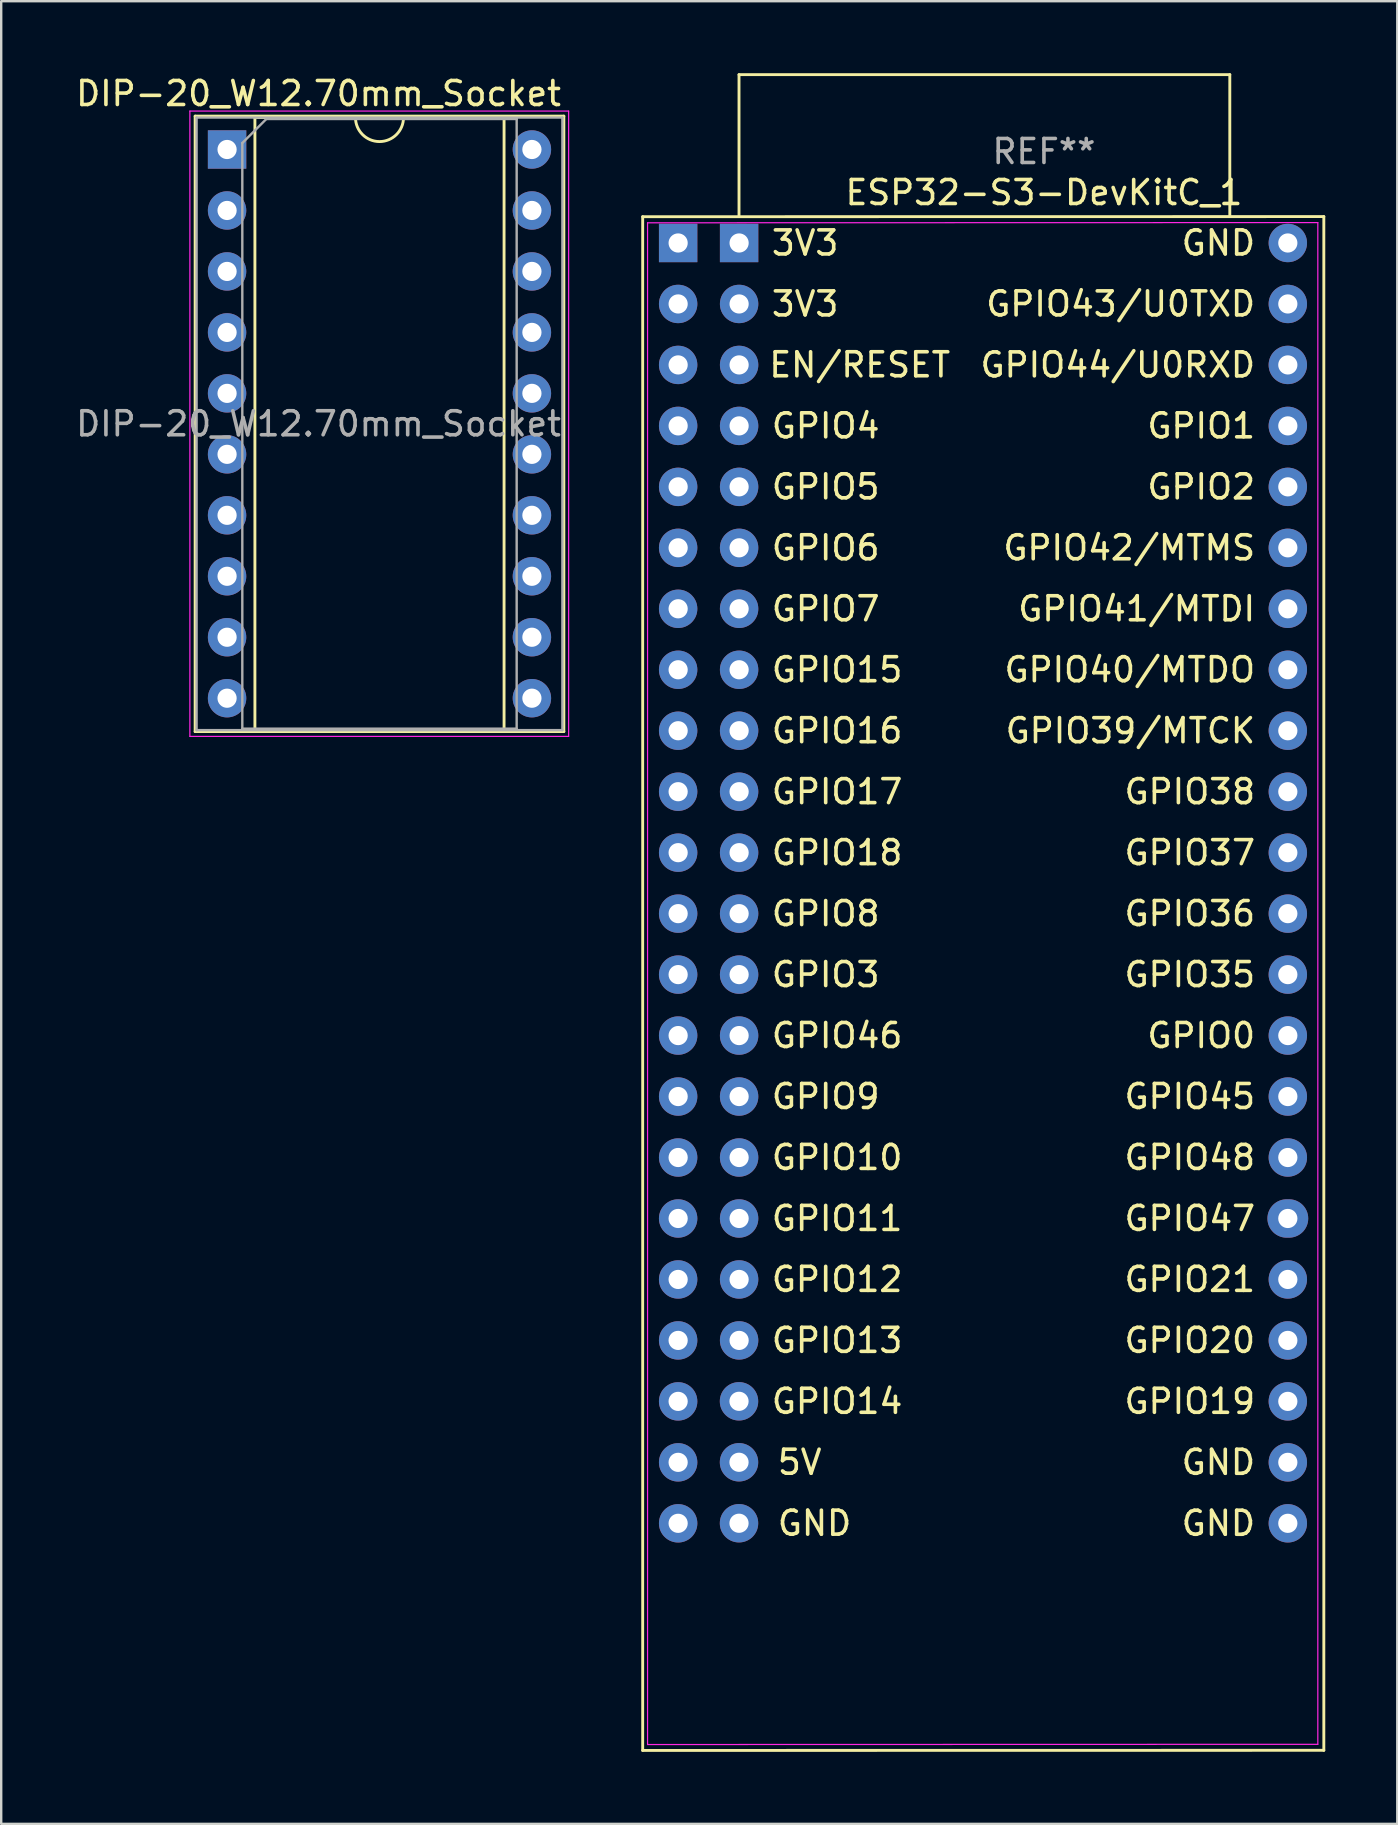
<source format=kicad_pcb>
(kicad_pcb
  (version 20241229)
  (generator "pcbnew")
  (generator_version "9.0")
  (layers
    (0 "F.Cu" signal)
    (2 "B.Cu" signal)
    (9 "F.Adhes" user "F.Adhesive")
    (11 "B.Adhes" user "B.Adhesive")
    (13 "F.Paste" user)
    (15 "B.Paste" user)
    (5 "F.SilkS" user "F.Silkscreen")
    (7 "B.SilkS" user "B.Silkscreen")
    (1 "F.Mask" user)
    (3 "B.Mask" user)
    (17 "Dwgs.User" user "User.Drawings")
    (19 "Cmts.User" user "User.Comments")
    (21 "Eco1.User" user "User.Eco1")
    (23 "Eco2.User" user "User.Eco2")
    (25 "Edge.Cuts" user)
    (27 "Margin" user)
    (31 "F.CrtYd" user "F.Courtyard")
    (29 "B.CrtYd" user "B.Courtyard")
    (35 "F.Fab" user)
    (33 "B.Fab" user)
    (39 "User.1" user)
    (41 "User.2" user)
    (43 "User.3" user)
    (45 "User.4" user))
  (footprint "ESP32-S3-DevKitC_1"
    (layer "F.Cu")
    (at 37.902 40.093)
    (property "Reference" "ESP32-S3-DevKitC_1" (at 2.54 -35.12 0) (layer "F.SilkS") (effects (font (size 1 1) (thickness 0.15))))
    (attr through_hole)
    (fp_line (start -14.177 29.782) (end 14.2 29.777) (stroke (width 0.12) (type solid)) (layer "F.SilkS"))
    (fp_line (start -14.177 -34.115) (end -14.177 29.782) (stroke (width 0.12) (type solid)) (layer "F.SilkS"))
    (fp_line (start -10.164 -40.033) (end 10.283 -40.033) (stroke (width 0.12) (type solid)) (layer "F.SilkS"))
    (fp_line (start -10.164 -34.14) (end -10.164 -40.033) (stroke (width 0.12) (type solid)) (layer "F.SilkS"))
    (fp_line (start 10.283 -40.033) (end 10.283 -34.14) (stroke (width 0.12) (type solid)) (layer "F.SilkS"))
    (fp_line (start 14.2 29.777) (end 14.2 -34.12) (stroke (width 0.12) (type solid)) (layer "F.SilkS"))
    (fp_line (start 14.2 -34.12) (end -14.177 -34.115) (stroke (width 0.12) (type solid)) (layer "F.SilkS"))
    (fp_line (start -13.974 -33.861) (end 13.95 -33.87) (stroke (width 0.05) (type solid)) (layer "F.CrtYd"))
    (fp_line (start -13.974 29.536) (end -13.974 -33.861) (stroke (width 0.05) (type solid)) (layer "F.CrtYd"))
    (fp_line (start 13.95 -33.87) (end 13.95 29.527) (stroke (width 0.05) (type solid)) (layer "F.CrtYd"))
    (fp_line (start 13.95 29.527) (end -13.974 29.536) (stroke (width 0.05) (type solid)) (layer "F.CrtYd"))
    (fp_text user "GPIO12" (at -8.89 10.16 0) (unlocked yes) (layer "F.SilkS") (effects (font (size 1 1) (thickness 0.15)) (justify left)))
    (fp_text user "GPIO36" (at 11.43 -5.08 0) (unlocked yes) (layer "F.SilkS") (effects (font (size 1 1) (thickness 0.15)) (justify right)))
    (fp_text user "GPIO44/U0RXD" (at 11.43 -27.94 0) (unlocked yes) (layer "F.SilkS") (effects (font (size 1 1) (thickness 0.15)) (justify right)))
    (fp_text user "3V3" (at -8.89 -33.02 0) (unlocked yes) (layer "F.SilkS") (effects (font (size 1 1) (thickness 0.15)) (justify left)))
    (fp_text user "GND" (at 11.43 17.78 0) (unlocked yes) (layer "F.SilkS") (effects (font (size 1 1) (thickness 0.15)) (justify right)))
    (fp_text user "GPIO37" (at 11.43 -7.62 0) (unlocked yes) (layer "F.SilkS") (effects (font (size 1 1) (thickness 0.15)) (justify right)))
    (fp_text user "GPIO46" (at -8.89 0 0) (unlocked yes) (layer "F.SilkS") (effects (font (size 1 1) (thickness 0.15)) (justify left)))
    (fp_text user "GPIO20" (at 11.43 12.7 0) (unlocked yes) (layer "F.SilkS") (effects (font (size 1 1) (thickness 0.15)) (justify right)))
    (fp_text user "GND" (at 11.43 -33.02 0) (unlocked yes) (layer "F.SilkS") (effects (font (size 1 1) (thickness 0.15)) (justify right)))
    (fp_text user "GND" (at -8.64 20.317 0) (unlocked yes) (layer "F.SilkS") (effects (font (size 1 1) (thickness 0.15)) (justify left)))
    (fp_text user "GPIO5" (at -8.89 -22.86 0) (unlocked yes) (layer "F.SilkS") (effects (font (size 1 1) (thickness 0.15)) (justify left)))
    (fp_text user "3V3" (at -8.89 -30.48 0) (unlocked yes) (layer "F.SilkS") (effects (font (size 1 1) (thickness 0.15)) (justify left)))
    (fp_text user "GPIO17" (at -8.89 -10.16 0) (unlocked yes) (layer "F.SilkS") (effects (font (size 1 1) (thickness 0.15)) (justify left)))
    (fp_text user "GPIO45" (at 11.43 2.54 0) (unlocked yes) (layer "F.SilkS") (effects (font (size 1 1) (thickness 0.15)) (justify right)))
    (fp_text user "GPIO18" (at -8.89 -7.62 0) (unlocked yes) (layer "F.SilkS") (effects (font (size 1 1) (thickness 0.15)) (justify left)))
    (fp_text user "GPIO4" (at -8.89 -25.4 0) (unlocked yes) (layer "F.SilkS") (effects (font (size 1 1) (thickness 0.15)) (justify left)))
    (fp_text user "GPIO0" (at 11.43 0 0) (unlocked yes) (layer "F.SilkS") (effects (font (size 1 1) (thickness 0.15)) (justify right)))
    (fp_text user "GPIO6" (at -8.89 -20.32 0) (unlocked yes) (layer "F.SilkS") (effects (font (size 1 1) (thickness 0.15)) (justify left)))
    (fp_text user "EN/RESET" (at -1.274 -27.943 0) (unlocked yes) (layer "F.SilkS") (effects (font (size 1 1) (thickness 0.15)) (justify right)))
    (fp_text user "GPIO42/MTMS" (at 11.43 -20.32 0) (unlocked yes) (layer "F.SilkS") (effects (font (size 1 1) (thickness 0.15)) (justify right)))
    (fp_text user "GPIO43/U0TXD" (at 11.43 -30.48 0) (unlocked yes) (layer "F.SilkS") (effects (font (size 1 1) (thickness 0.15)) (justify right)))
    (fp_text user "GPIO11" (at -8.89 7.62 0) (unlocked yes) (layer "F.SilkS") (effects (font (size 1 1) (thickness 0.15)) (justify left)))
    (fp_text user "GPIO16" (at -8.89 -12.7 0) (unlocked yes) (layer "F.SilkS") (effects (font (size 1 1) (thickness 0.15)) (justify left)))
    (fp_text user "GPIO1" (at 11.43 -25.4 0) (unlocked yes) (layer "F.SilkS") (effects (font (size 1 1) (thickness 0.15)) (justify right)))
    (fp_text user "GPIO7" (at -8.89 -17.78 0) (unlocked yes) (layer "F.SilkS") (effects (font (size 1 1) (thickness 0.15)) (justify left)))
    (fp_text user "GPIO9" (at -8.89 2.54 0) (unlocked yes) (layer "F.SilkS") (effects (font (size 1 1) (thickness 0.15)) (justify left)))
    (fp_text user "GPIO14" (at -8.89 15.24 0) (unlocked yes) (layer "F.SilkS") (effects (font (size 1 1) (thickness 0.15)) (justify left)))
    (fp_text user "GPIO15" (at -8.89 -15.24 0) (unlocked yes) (layer "F.SilkS") (effects (font (size 1 1) (thickness 0.15)) (justify left)))
    (fp_text user "GPIO3" (at -8.89 -2.54 0) (unlocked yes) (layer "F.SilkS") (effects (font (size 1 1) (thickness 0.15)) (justify left)))
    (fp_text user "GPIO10" (at -8.89 5.08 0) (unlocked yes) (layer "F.SilkS") (effects (font (size 1 1) (thickness 0.15)) (justify left)))
    (fp_text user "GPIO19" (at 11.43 15.24 0) (unlocked yes) (layer "F.SilkS") (effects (font (size 1 1) (thickness 0.15)) (justify right)))
    (fp_text user "5V" (at -8.64 17.777 0) (unlocked yes) (layer "F.SilkS") (effects (font (size 1 1) (thickness 0.15)) (justify left)))
    (fp_text user "GPIO40/MTDO" (at 11.43 -15.24 0) (unlocked yes) (layer "F.SilkS") (effects (font (size 1 1) (thickness 0.15)) (justify right)))
    (fp_text user "GPIO41/MTDI" (at 11.43 -17.78 0) (unlocked yes) (layer "F.SilkS") (effects (font (size 1 1) (thickness 0.15)) (justify right)))
    (fp_text user "GPIO13" (at -8.89 12.7 0) (unlocked yes) (layer "F.SilkS") (effects (font (size 1 1) (thickness 0.15)) (justify left)))
    (fp_text user "GPIO38" (at 11.43 -10.16 0) (unlocked yes) (layer "F.SilkS") (effects (font (size 1 1) (thickness 0.15)) (justify right)))
    (fp_text user "GPIO48" (at 11.43 5.08 0) (unlocked yes) (layer "F.SilkS") (effects (font (size 1 1) (thickness 0.15)) (justify right)))
    (fp_text user "GPIO21" (at 11.43 10.16 0) (unlocked yes) (layer "F.SilkS") (effects (font (size 1 1) (thickness 0.15)) (justify right)))
    (fp_text user "GPIO2" (at 11.43 -22.86 0) (unlocked yes) (layer "F.SilkS") (effects (font (size 1 1) (thickness 0.15)) (justify right)))
    (fp_text user "GND" (at 11.43 20.32 0) (unlocked yes) (layer "F.SilkS") (effects (font (size 1 1) (thickness 0.15)) (justify right)))
    (fp_text user "GPIO39/MTCK" (at 11.43 -12.7 0) (unlocked yes) (layer "F.SilkS") (effects (font (size 1 1) (thickness 0.15)) (justify right)))
    (fp_text user "GPIO8" (at -8.89 -5.08 0) (unlocked yes) (layer "F.SilkS") (effects (font (size 1 1) (thickness 0.15)) (justify left)))
    (fp_text user "GPIO35" (at 11.43 -2.54 0) (unlocked yes) (layer "F.SilkS") (effects (font (size 1 1) (thickness 0.15)) (justify right)))
    (fp_text user "GPIO47" (at 11.43 7.62 0) (unlocked yes) (layer "F.SilkS") (effects (font (size 1 1) (thickness 0.15)) (justify right)))
    (fp_text user "REF**" (at 2.54 -36.83 0) (layer "F.Fab") (effects (font (size 1 1) (thickness 0.15))))
    (pad "1" thru_hole rect (at -12.7 -33.02 270) (size 1.6 1.6) (drill 0.8) (layers "*.Cu" "*.Mask"))
    (pad "1" thru_hole rect (at -10.16 -33.02 270) (size 1.6 1.6) (drill 0.8) (layers "*.Cu" "*.Mask"))
    (pad "2" thru_hole oval (at -12.7 -30.48 270) (size 1.6 1.6) (drill 0.8) (layers "*.Cu" "*.Mask"))
    (pad "2" thru_hole oval (at -10.16 -30.48 270) (size 1.6 1.6) (drill 0.8) (layers "*.Cu" "*.Mask"))
    (pad "3" thru_hole oval (at -12.7 -27.94 270) (size 1.6 1.6) (drill 0.8) (layers "*.Cu" "*.Mask"))
    (pad "3" thru_hole oval (at -10.16 -27.94 270) (size 1.6 1.6) (drill 0.8) (layers "*.Cu" "*.Mask"))
    (pad "4" thru_hole oval (at -12.7 -25.4 270) (size 1.6 1.6) (drill 0.8) (layers "*.Cu" "*.Mask"))
    (pad "4" thru_hole oval (at -10.16 -25.4 270) (size 1.6 1.6) (drill 0.8) (layers "*.Cu" "*.Mask"))
    (pad "5" thru_hole oval (at -12.7 -22.86 270) (size 1.6 1.6) (drill 0.8) (layers "*.Cu" "*.Mask"))
    (pad "5" thru_hole oval (at -10.16 -22.86 270) (size 1.6 1.6) (drill 0.8) (layers "*.Cu" "*.Mask"))
    (pad "6" thru_hole oval (at -12.7 -20.32 270) (size 1.6 1.6) (drill 0.8) (layers "*.Cu" "*.Mask"))
    (pad "6" thru_hole oval (at -10.16 -20.32 270) (size 1.6 1.6) (drill 0.8) (layers "*.Cu" "*.Mask"))
    (pad "7" thru_hole oval (at -12.7 -17.78 270) (size 1.6 1.6) (drill 0.8) (layers "*.Cu" "*.Mask"))
    (pad "7" thru_hole oval (at -10.16 -17.78 270) (size 1.6 1.6) (drill 0.8) (layers "*.Cu" "*.Mask"))
    (pad "8" thru_hole oval (at -12.7 -15.24 270) (size 1.6 1.6) (drill 0.8) (layers "*.Cu" "*.Mask"))
    (pad "8" thru_hole oval (at -10.16 -15.24 270) (size 1.6 1.6) (drill 0.8) (layers "*.Cu" "*.Mask"))
    (pad "9" thru_hole oval (at -12.7 -12.7 270) (size 1.6 1.6) (drill 0.8) (layers "*.Cu" "*.Mask"))
    (pad "9" thru_hole oval (at -10.16 -12.7 270) (size 1.6 1.6) (drill 0.8) (layers "*.Cu" "*.Mask"))
    (pad "10" thru_hole oval (at -12.7 -10.16 270) (size 1.6 1.6) (drill 0.8) (layers "*.Cu" "*.Mask"))
    (pad "10" thru_hole oval (at -10.16 -10.16 270) (size 1.6 1.6) (drill 0.8) (layers "*.Cu" "*.Mask"))
    (pad "11" thru_hole oval (at -12.7 -7.62 270) (size 1.6 1.6) (drill 0.8) (layers "*.Cu" "*.Mask"))
    (pad "11" thru_hole oval (at -10.16 -7.62 270) (size 1.6 1.6) (drill 0.8) (layers "*.Cu" "*.Mask"))
    (pad "12" thru_hole oval (at -12.7 -5.08 270) (size 1.6 1.6) (drill 0.8) (layers "*.Cu" "*.Mask"))
    (pad "12" thru_hole oval (at -10.16 -5.08 270) (size 1.6 1.6) (drill 0.8) (layers "*.Cu" "*.Mask"))
    (pad "13" thru_hole oval (at -12.7 -2.54 270) (size 1.6 1.6) (drill 0.8) (layers "*.Cu" "*.Mask"))
    (pad "13" thru_hole oval (at -10.16 -2.54 270) (size 1.6 1.6) (drill 0.8) (layers "*.Cu" "*.Mask"))
    (pad "14" thru_hole oval (at -12.7 0 270) (size 1.6 1.6) (drill 0.8) (layers "*.Cu" "*.Mask"))
    (pad "14" thru_hole oval (at -10.16 0 270) (size 1.6 1.6) (drill 0.8) (layers "*.Cu" "*.Mask"))
    (pad "15" thru_hole oval (at -12.7 2.54 270) (size 1.6 1.6) (drill 0.8) (layers "*.Cu" "*.Mask"))
    (pad "15" thru_hole oval (at -10.16 2.54 270) (size 1.6 1.6) (drill 0.8) (layers "*.Cu" "*.Mask"))
    (pad "16" thru_hole oval (at -12.7 5.08 270) (size 1.6 1.6) (drill 0.8) (layers "*.Cu" "*.Mask"))
    (pad "16" thru_hole oval (at -10.16 5.08 270) (size 1.6 1.6) (drill 0.8) (layers "*.Cu" "*.Mask"))
    (pad "17" thru_hole oval (at -12.7 7.62 270) (size 1.6 1.6) (drill 0.8) (layers "*.Cu" "*.Mask"))
    (pad "17" thru_hole oval (at -10.16 7.62 270) (size 1.6 1.6) (drill 0.8) (layers "*.Cu" "*.Mask"))
    (pad "18" thru_hole oval (at -12.7 10.16 270) (size 1.6 1.6) (drill 0.8) (layers "*.Cu" "*.Mask"))
    (pad "18" thru_hole oval (at -10.16 10.16 270) (size 1.6 1.6) (drill 0.8) (layers "*.Cu" "*.Mask"))
    (pad "19" thru_hole oval (at -12.7 12.7 270) (size 1.6 1.6) (drill 0.8) (layers "*.Cu" "*.Mask"))
    (pad "19" thru_hole oval (at -10.16 12.7 270) (size 1.6 1.6) (drill 0.8) (layers "*.Cu" "*.Mask"))
    (pad "20" thru_hole oval (at -12.7 15.24 270) (size 1.6 1.6) (drill 0.8) (layers "*.Cu" "*.Mask"))
    (pad "20" thru_hole oval (at -10.164 15.237 270) (size 1.6 1.6) (drill 0.8) (layers "*.Cu" "*.Mask"))
    (pad "21" thru_hole oval (at -12.7 17.78 270) (size 1.6 1.6) (drill 0.8) (layers "*.Cu" "*.Mask"))
    (pad "21" thru_hole oval (at -10.164 17.777 270) (size 1.6 1.6) (drill 0.8) (layers "*.Cu" "*.Mask"))
    (pad "22" thru_hole oval (at -12.7 20.32 270) (size 1.6 1.6) (drill 0.8) (layers "*.Cu" "*.Mask"))
    (pad "22" thru_hole oval (at -10.164 20.317 270) (size 1.6 1.6) (drill 0.8) (layers "*.Cu" "*.Mask"))
    (pad "23" thru_hole oval (at 12.7 20.32 270) (size 1.6 1.6) (drill 0.8) (layers "*.Cu" "*.Mask"))
    (pad "24" thru_hole oval (at 12.7 17.78 270) (size 1.6 1.6) (drill 0.8) (layers "*.Cu" "*.Mask"))
    (pad "25" thru_hole oval (at 12.7 15.24 270) (size 1.6 1.6) (drill 0.8) (layers "*.Cu" "*.Mask"))
    (pad "26" thru_hole oval (at 12.7 12.7 270) (size 1.6 1.6) (drill 0.8) (layers "*.Cu" "*.Mask"))
    (pad "27" thru_hole oval (at 12.7 10.16 270) (size 1.6 1.6) (drill 0.8) (layers "*.Cu" "*.Mask"))
    (pad "28" thru_hole oval (at 12.7 7.62 270) (size 1.6 1.7) (drill 0.8) (layers "*.Cu" "*.Mask"))
    (pad "29" thru_hole oval (at 12.7 5.08 270) (size 1.6 1.6) (drill 0.8) (layers "*.Cu" "*.Mask"))
    (pad "30" thru_hole oval (at 12.7 2.54 270) (size 1.6 1.6) (drill 0.8) (layers "*.Cu" "*.Mask"))
    (pad "31" thru_hole oval (at 12.7 0 270) (size 1.6 1.6) (drill 0.8) (layers "*.Cu" "*.Mask"))
    (pad "32" thru_hole oval (at 12.7 -2.54 270) (size 1.6 1.6) (drill 0.8) (layers "*.Cu" "*.Mask"))
    (pad "33" thru_hole oval (at 12.7 -5.08 270) (size 1.6 1.6) (drill 0.8) (layers "*.Cu" "*.Mask"))
    (pad "34" thru_hole oval (at 12.7 -7.62 270) (size 1.6 1.6) (drill 0.8) (layers "*.Cu" "*.Mask"))
    (pad "35" thru_hole oval (at 12.7 -10.16 270) (size 1.6 1.6) (drill 0.8) (layers "*.Cu" "*.Mask"))
    (pad "36" thru_hole oval (at 12.7 -12.7 270) (size 1.6 1.6) (drill 0.8) (layers "*.Cu" "*.Mask"))
    (pad "37" thru_hole oval (at 12.7 -15.24 270) (size 1.6 1.6) (drill 0.8) (layers "*.Cu" "*.Mask"))
    (pad "38" thru_hole oval (at 12.7 -17.78 270) (size 1.6 1.6) (drill 0.8) (layers "*.Cu" "*.Mask"))
    (pad "39" thru_hole oval (at 12.7 -20.32 270) (size 1.6 1.6) (drill 0.8) (layers "*.Cu" "*.Mask"))
    (pad "40" thru_hole oval (at 12.7 -22.86 270) (size 1.6 1.6) (drill 0.8) (layers "*.Cu" "*.Mask"))
    (pad "41" thru_hole oval (at 12.7 -25.4 270) (size 1.6 1.6) (drill 0.8) (layers "*.Cu" "*.Mask"))
    (pad "42" thru_hole oval (at 12.7 -27.94 270) (size 1.6 1.6) (drill 0.8) (layers "*.Cu" "*.Mask"))
    (pad "43" thru_hole oval (at 12.7 -30.48 270) (size 1.6 1.6) (drill 0.8) (layers "*.Cu" "*.Mask"))
    (pad "44" thru_hole oval (at 12.7 -33.02 270) (size 1.6 1.6) (drill 0.8) (layers "*.Cu" "*.Mask")))
  (footprint "DIP-20_W12.70mm_Socket"
    (layer "F.Cu")
    (at 6.41 3.178)
    (property "Reference" "DIP-20_W12.70mm_Socket" (at 3.81 -2.33 0) (layer "F.SilkS") (effects (font (size 1 1) (thickness 0.15))))
    (attr through_hole)
    (fp_line (start -1.33 -1.39) (end -1.33 24.25) (stroke (width 0.12) (type solid)) (layer "F.SilkS"))
    (fp_line (start -1.33 24.25) (end 14.03 24.25) (stroke (width 0.12) (type solid)) (layer "F.SilkS"))
    (fp_line (start 1.16 -1.33) (end 1.16 24.19) (stroke (width 0.12) (type solid)) (layer "F.SilkS"))
    (fp_line (start 1.16 24.19) (end 11.54 24.19) (stroke (width 0.12) (type solid)) (layer "F.SilkS"))
    (fp_line (start 2.81 -1.33) (end 1.16 -1.33) (stroke (width 0.12) (type solid)) (layer "F.SilkS"))
    (fp_line (start 7.15 -1.375) (end 5.5 -1.375) (stroke (width 0.12) (type solid)) (layer "F.SilkS"))
    (fp_line (start 11.54 24.19) (end 11.54 -1.33) (stroke (width 0.12) (type solid)) (layer "F.SilkS"))
    (fp_line (start 14.03 -1.39) (end -1.33 -1.39) (stroke (width 0.12) (type solid)) (layer "F.SilkS"))
    (fp_line (start 14.03 24.25) (end 14.03 -1.39) (stroke (width 0.12) (type solid)) (layer "F.SilkS"))
    (fp_arc (start 7.35 -1.33) (mid 6.35 -0.33) (end 5.35 -1.33) (stroke (width 0.12) (type solid)) (layer "F.SilkS"))
    (fp_line (start -1.55 -1.6) (end -1.55 24.45) (stroke (width 0.05) (type solid)) (layer "F.CrtYd"))
    (fp_line (start -1.55 24.45) (end 14.23 24.45) (stroke (width 0.05) (type solid)) (layer "F.CrtYd"))
    (fp_line (start 14.23 -1.6) (end -1.55 -1.6) (stroke (width 0.05) (type solid)) (layer "F.CrtYd"))
    (fp_line (start 14.23 24.45) (end 14.23 -1.6) (stroke (width 0.05) (type solid)) (layer "F.CrtYd"))
    (fp_line (start -1.27 -1.33) (end -1.27 24.19) (stroke (width 0.1) (type solid)) (layer "F.Fab"))
    (fp_line (start -1.27 24.19) (end 13.97 24.19) (stroke (width 0.1) (type solid)) (layer "F.Fab"))
    (fp_line (start 0.635 -0.27) (end 1.635 -1.27) (stroke (width 0.1) (type solid)) (layer "F.Fab"))
    (fp_line (start 0.635 24.13) (end 0.635 -0.27) (stroke (width 0.1) (type solid)) (layer "F.Fab"))
    (fp_line (start 1.635 -1.27) (end 12.065 -1.27) (stroke (width 0.1) (type solid)) (layer "F.Fab"))
    (fp_line (start 12.065 -1.27) (end 12.065 24.13) (stroke (width 0.1) (type solid)) (layer "F.Fab"))
    (fp_line (start 12.065 24.13) (end 0.635 24.13) (stroke (width 0.1) (type solid)) (layer "F.Fab"))
    (fp_line (start 13.97 -1.33) (end -1.27 -1.33) (stroke (width 0.1) (type solid)) (layer "F.Fab"))
    (fp_line (start 13.97 24.19) (end 13.97 -1.33) (stroke (width 0.1) (type solid)) (layer "F.Fab"))
    (fp_text user "${REFERENCE}" (at 3.81 11.43 0) (layer "F.Fab") (effects (font (size 1 1) (thickness 0.15))))
    (pad "1" thru_hole rect (at 0 0) (size 1.6 1.6) (drill 0.8) (layers "*.Cu" "*.Mask"))
    (pad "2" thru_hole oval (at 0 2.54) (size 1.6 1.6) (drill 0.8) (layers "*.Cu" "*.Mask"))
    (pad "3" thru_hole oval (at 0 5.08) (size 1.6 1.6) (drill 0.8) (layers "*.Cu" "*.Mask"))
    (pad "4" thru_hole oval (at 0 7.62) (size 1.6 1.6) (drill 0.8) (layers "*.Cu" "*.Mask"))
    (pad "5" thru_hole oval (at 0 10.16) (size 1.6 1.6) (drill 0.8) (layers "*.Cu" "*.Mask"))
    (pad "6" thru_hole oval (at 0 12.7) (size 1.6 1.6) (drill 0.8) (layers "*.Cu" "*.Mask"))
    (pad "7" thru_hole oval (at 0 15.24) (size 1.6 1.6) (drill 0.8) (layers "*.Cu" "*.Mask"))
    (pad "8" thru_hole oval (at 0 17.78) (size 1.6 1.6) (drill 0.8) (layers "*.Cu" "*.Mask"))
    (pad "9" thru_hole oval (at 0 20.32) (size 1.6 1.6) (drill 0.8) (layers "*.Cu" "*.Mask"))
    (pad "10" thru_hole oval (at 0 22.86) (size 1.6 1.6) (drill 0.8) (layers "*.Cu" "*.Mask"))
    (pad "11" thru_hole oval (at 12.7 22.86) (size 1.6 1.6) (drill 0.8) (layers "*.Cu" "*.Mask"))
    (pad "12" thru_hole oval (at 12.7 20.32) (size 1.6 1.6) (drill 0.8) (layers "*.Cu" "*.Mask"))
    (pad "13" thru_hole oval (at 12.7 17.78) (size 1.6 1.6) (drill 0.8) (layers "*.Cu" "*.Mask"))
    (pad "14" thru_hole oval (at 12.7 15.24) (size 1.6 1.6) (drill 0.8) (layers "*.Cu" "*.Mask"))
    (pad "15" thru_hole oval (at 12.7 12.7) (size 1.6 1.6) (drill 0.8) (layers "*.Cu" "*.Mask"))
    (pad "16" thru_hole oval (at 12.7 10.16) (size 1.6 1.6) (drill 0.8) (layers "*.Cu" "*.Mask"))
    (pad "17" thru_hole oval (at 12.7 7.62) (size 1.6 1.6) (drill 0.8) (layers "*.Cu" "*.Mask"))
    (pad "18" thru_hole oval (at 12.7 5.08) (size 1.6 1.6) (drill 0.8) (layers "*.Cu" "*.Mask"))
    (pad "19" thru_hole oval (at 12.7 2.54) (size 1.6 1.6) (drill 0.8) (layers "*.Cu" "*.Mask"))
    (pad "20" thru_hole oval (at 12.7 0) (size 1.6 1.6) (drill 0.8) (layers "*.Cu" "*.Mask")))
  (gr_rect
    (start -3 -3)
    (end 55.162 72.935)
    (stroke (width 0.1) (type default))
    (fill no)
    (layer "Edge.Cuts")))
</source>
